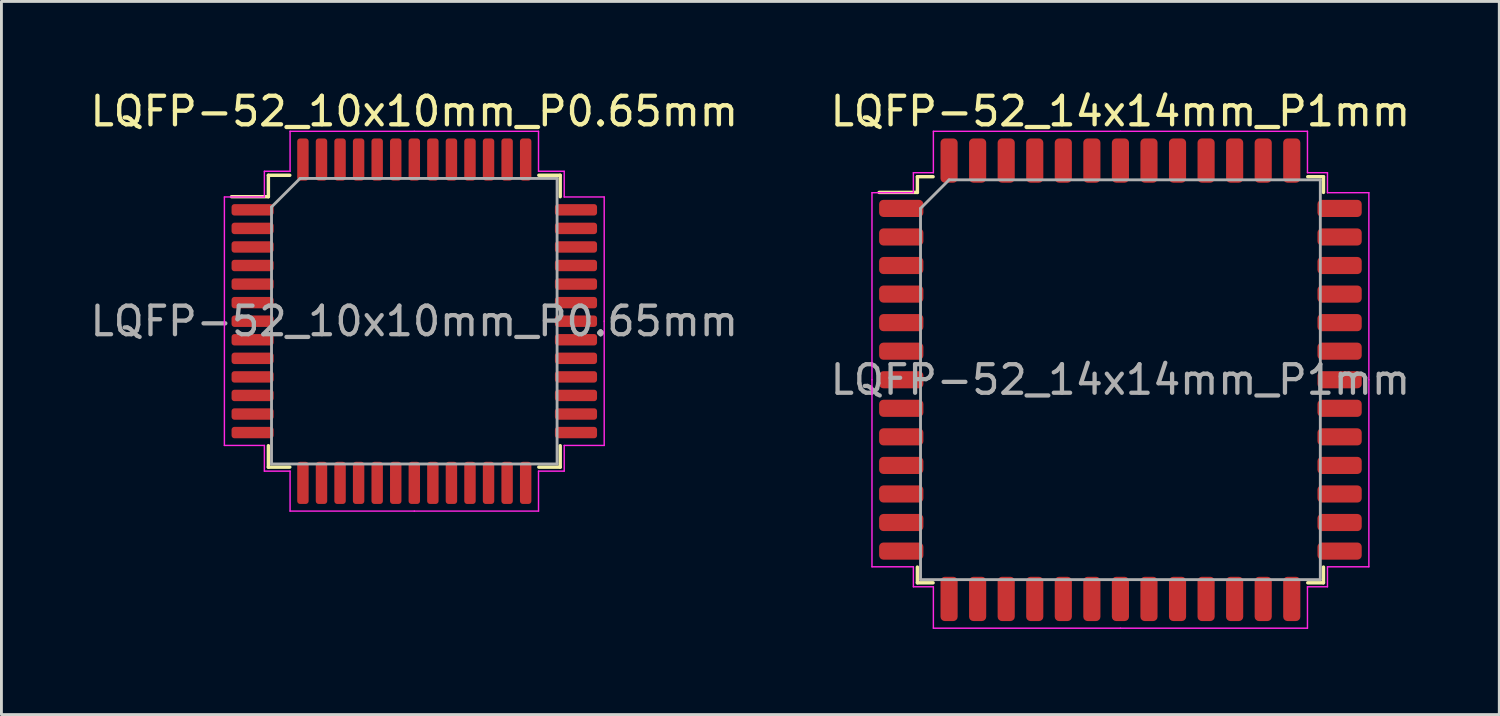
<source format=kicad_pcb>
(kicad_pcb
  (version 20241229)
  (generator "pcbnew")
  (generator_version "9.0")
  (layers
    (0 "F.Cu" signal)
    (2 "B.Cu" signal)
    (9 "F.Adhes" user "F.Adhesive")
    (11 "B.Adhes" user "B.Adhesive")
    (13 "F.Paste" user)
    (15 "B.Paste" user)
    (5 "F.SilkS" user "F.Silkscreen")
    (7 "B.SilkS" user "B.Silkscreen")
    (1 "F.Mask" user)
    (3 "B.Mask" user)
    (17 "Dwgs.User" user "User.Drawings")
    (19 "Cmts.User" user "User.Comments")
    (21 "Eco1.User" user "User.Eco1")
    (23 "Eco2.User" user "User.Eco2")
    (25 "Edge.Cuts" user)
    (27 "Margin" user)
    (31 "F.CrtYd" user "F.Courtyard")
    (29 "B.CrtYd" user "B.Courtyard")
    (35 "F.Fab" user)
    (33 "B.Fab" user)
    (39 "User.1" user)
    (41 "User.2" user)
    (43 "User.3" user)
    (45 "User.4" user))
  (footprint "LQFP-52_14x14mm_P1mm"
    (layer "F.Cu")
    (at 36.185 10.248)
    (property "Reference" "LQFP-52_14x14mm_P1mm" (at 0 -9.4 0) (layer "F.SilkS") (effects (font (size 1 1) (thickness 0.15))))
    (attr smd)
    (fp_line (start -7.11 -7.11) (end -7.11 -6.56) (stroke (width 0.12) (type solid)) (layer "F.SilkS"))
    (fp_line (start -7.11 -6.56) (end -8.45 -6.56) (stroke (width 0.12) (type solid)) (layer "F.SilkS"))
    (fp_line (start -7.11 7.11) (end -7.11 6.56) (stroke (width 0.12) (type solid)) (layer "F.SilkS"))
    (fp_line (start -6.56 -7.11) (end -7.11 -7.11) (stroke (width 0.12) (type solid)) (layer "F.SilkS"))
    (fp_line (start -6.56 7.11) (end -7.11 7.11) (stroke (width 0.12) (type solid)) (layer "F.SilkS"))
    (fp_line (start 6.56 -7.11) (end 7.11 -7.11) (stroke (width 0.12) (type solid)) (layer "F.SilkS"))
    (fp_line (start 6.56 7.11) (end 7.11 7.11) (stroke (width 0.12) (type solid)) (layer "F.SilkS"))
    (fp_line (start 7.11 -7.11) (end 7.11 -6.56) (stroke (width 0.12) (type solid)) (layer "F.SilkS"))
    (fp_line (start 7.11 7.11) (end 7.11 6.56) (stroke (width 0.12) (type solid)) (layer "F.SilkS"))
    (fp_line (start -8.7 -6.55) (end -8.7 0) (stroke (width 0.05) (type solid)) (layer "F.CrtYd"))
    (fp_line (start -8.7 6.55) (end -8.7 0) (stroke (width 0.05) (type solid)) (layer "F.CrtYd"))
    (fp_line (start -7.25 -7.25) (end -7.25 -6.55) (stroke (width 0.05) (type solid)) (layer "F.CrtYd"))
    (fp_line (start -7.25 -6.55) (end -8.7 -6.55) (stroke (width 0.05) (type solid)) (layer "F.CrtYd"))
    (fp_line (start -7.25 6.55) (end -8.7 6.55) (stroke (width 0.05) (type solid)) (layer "F.CrtYd"))
    (fp_line (start -7.25 7.25) (end -7.25 6.55) (stroke (width 0.05) (type solid)) (layer "F.CrtYd"))
    (fp_line (start -6.55 -8.7) (end -6.55 -7.25) (stroke (width 0.05) (type solid)) (layer "F.CrtYd"))
    (fp_line (start -6.55 -7.25) (end -7.25 -7.25) (stroke (width 0.05) (type solid)) (layer "F.CrtYd"))
    (fp_line (start -6.55 7.25) (end -7.25 7.25) (stroke (width 0.05) (type solid)) (layer "F.CrtYd"))
    (fp_line (start -6.55 8.7) (end -6.55 7.25) (stroke (width 0.05) (type solid)) (layer "F.CrtYd"))
    (fp_line (start 0 -8.7) (end -6.55 -8.7) (stroke (width 0.05) (type solid)) (layer "F.CrtYd"))
    (fp_line (start 0 -8.7) (end 6.55 -8.7) (stroke (width 0.05) (type solid)) (layer "F.CrtYd"))
    (fp_line (start 0 8.7) (end -6.55 8.7) (stroke (width 0.05) (type solid)) (layer "F.CrtYd"))
    (fp_line (start 0 8.7) (end 6.55 8.7) (stroke (width 0.05) (type solid)) (layer "F.CrtYd"))
    (fp_line (start 6.55 -8.7) (end 6.55 -7.25) (stroke (width 0.05) (type solid)) (layer "F.CrtYd"))
    (fp_line (start 6.55 -7.25) (end 7.25 -7.25) (stroke (width 0.05) (type solid)) (layer "F.CrtYd"))
    (fp_line (start 6.55 7.25) (end 7.25 7.25) (stroke (width 0.05) (type solid)) (layer "F.CrtYd"))
    (fp_line (start 6.55 8.7) (end 6.55 7.25) (stroke (width 0.05) (type solid)) (layer "F.CrtYd"))
    (fp_line (start 7.25 -7.25) (end 7.25 -6.55) (stroke (width 0.05) (type solid)) (layer "F.CrtYd"))
    (fp_line (start 7.25 -6.55) (end 8.7 -6.55) (stroke (width 0.05) (type solid)) (layer "F.CrtYd"))
    (fp_line (start 7.25 6.55) (end 8.7 6.55) (stroke (width 0.05) (type solid)) (layer "F.CrtYd"))
    (fp_line (start 7.25 7.25) (end 7.25 6.55) (stroke (width 0.05) (type solid)) (layer "F.CrtYd"))
    (fp_line (start 8.7 -6.55) (end 8.7 0) (stroke (width 0.05) (type solid)) (layer "F.CrtYd"))
    (fp_line (start 8.7 6.55) (end 8.7 0) (stroke (width 0.05) (type solid)) (layer "F.CrtYd"))
    (fp_line (start -7 -6) (end -6 -7) (stroke (width 0.1) (type solid)) (layer "F.Fab"))
    (fp_line (start -7 7) (end -7 -6) (stroke (width 0.1) (type solid)) (layer "F.Fab"))
    (fp_line (start -6 -7) (end 7 -7) (stroke (width 0.1) (type solid)) (layer "F.Fab"))
    (fp_line (start 7 -7) (end 7 7) (stroke (width 0.1) (type solid)) (layer "F.Fab"))
    (fp_line (start 7 7) (end -7 7) (stroke (width 0.1) (type solid)) (layer "F.Fab"))
    (fp_text user "${REFERENCE}" (at 0 0 0) (layer "F.Fab") (effects (font (size 1 1) (thickness 0.15))))
    (pad "1" smd roundrect (at -7.675 -6) (size 1.55 0.6) (layers "F.Cu" "F.Mask" "F.Paste") (roundrect_rratio 0.25))
    (pad "2" smd roundrect (at -7.675 -5) (size 1.55 0.6) (layers "F.Cu" "F.Mask" "F.Paste") (roundrect_rratio 0.25))
    (pad "3" smd roundrect (at -7.675 -4) (size 1.55 0.6) (layers "F.Cu" "F.Mask" "F.Paste") (roundrect_rratio 0.25))
    (pad "4" smd roundrect (at -7.675 -3) (size 1.55 0.6) (layers "F.Cu" "F.Mask" "F.Paste") (roundrect_rratio 0.25))
    (pad "5" smd roundrect (at -7.675 -2) (size 1.55 0.6) (layers "F.Cu" "F.Mask" "F.Paste") (roundrect_rratio 0.25))
    (pad "6" smd roundrect (at -7.675 -1) (size 1.55 0.6) (layers "F.Cu" "F.Mask" "F.Paste") (roundrect_rratio 0.25))
    (pad "7" smd roundrect (at -7.675 0) (size 1.55 0.6) (layers "F.Cu" "F.Mask" "F.Paste") (roundrect_rratio 0.25))
    (pad "8" smd roundrect (at -7.675 1) (size 1.55 0.6) (layers "F.Cu" "F.Mask" "F.Paste") (roundrect_rratio 0.25))
    (pad "9" smd roundrect (at -7.675 2) (size 1.55 0.6) (layers "F.Cu" "F.Mask" "F.Paste") (roundrect_rratio 0.25))
    (pad "10" smd roundrect (at -7.675 3) (size 1.55 0.6) (layers "F.Cu" "F.Mask" "F.Paste") (roundrect_rratio 0.25))
    (pad "11" smd roundrect (at -7.675 4) (size 1.55 0.6) (layers "F.Cu" "F.Mask" "F.Paste") (roundrect_rratio 0.25))
    (pad "12" smd roundrect (at -7.675 5) (size 1.55 0.6) (layers "F.Cu" "F.Mask" "F.Paste") (roundrect_rratio 0.25))
    (pad "13" smd roundrect (at -7.675 6) (size 1.55 0.6) (layers "F.Cu" "F.Mask" "F.Paste") (roundrect_rratio 0.25))
    (pad "14" smd roundrect (at -6 7.675) (size 0.6 1.55) (layers "F.Cu" "F.Mask" "F.Paste") (roundrect_rratio 0.25))
    (pad "15" smd roundrect (at -5 7.675) (size 0.6 1.55) (layers "F.Cu" "F.Mask" "F.Paste") (roundrect_rratio 0.25))
    (pad "16" smd roundrect (at -4 7.675) (size 0.6 1.55) (layers "F.Cu" "F.Mask" "F.Paste") (roundrect_rratio 0.25))
    (pad "17" smd roundrect (at -3 7.675) (size 0.6 1.55) (layers "F.Cu" "F.Mask" "F.Paste") (roundrect_rratio 0.25))
    (pad "18" smd roundrect (at -2 7.675) (size 0.6 1.55) (layers "F.Cu" "F.Mask" "F.Paste") (roundrect_rratio 0.25))
    (pad "19" smd roundrect (at -1 7.675) (size 0.6 1.55) (layers "F.Cu" "F.Mask" "F.Paste") (roundrect_rratio 0.25))
    (pad "20" smd roundrect (at 0 7.675) (size 0.6 1.55) (layers "F.Cu" "F.Mask" "F.Paste") (roundrect_rratio 0.25))
    (pad "21" smd roundrect (at 1 7.675) (size 0.6 1.55) (layers "F.Cu" "F.Mask" "F.Paste") (roundrect_rratio 0.25))
    (pad "22" smd roundrect (at 2 7.675) (size 0.6 1.55) (layers "F.Cu" "F.Mask" "F.Paste") (roundrect_rratio 0.25))
    (pad "23" smd roundrect (at 3 7.675) (size 0.6 1.55) (layers "F.Cu" "F.Mask" "F.Paste") (roundrect_rratio 0.25))
    (pad "24" smd roundrect (at 4 7.675) (size 0.6 1.55) (layers "F.Cu" "F.Mask" "F.Paste") (roundrect_rratio 0.25))
    (pad "25" smd roundrect (at 5 7.675) (size 0.6 1.55) (layers "F.Cu" "F.Mask" "F.Paste") (roundrect_rratio 0.25))
    (pad "26" smd roundrect (at 6 7.675) (size 0.6 1.55) (layers "F.Cu" "F.Mask" "F.Paste") (roundrect_rratio 0.25))
    (pad "27" smd roundrect (at 7.675 6) (size 1.55 0.6) (layers "F.Cu" "F.Mask" "F.Paste") (roundrect_rratio 0.25))
    (pad "28" smd roundrect (at 7.675 5) (size 1.55 0.6) (layers "F.Cu" "F.Mask" "F.Paste") (roundrect_rratio 0.25))
    (pad "29" smd roundrect (at 7.675 4) (size 1.55 0.6) (layers "F.Cu" "F.Mask" "F.Paste") (roundrect_rratio 0.25))
    (pad "30" smd roundrect (at 7.675 3) (size 1.55 0.6) (layers "F.Cu" "F.Mask" "F.Paste") (roundrect_rratio 0.25))
    (pad "31" smd roundrect (at 7.675 2) (size 1.55 0.6) (layers "F.Cu" "F.Mask" "F.Paste") (roundrect_rratio 0.25))
    (pad "32" smd roundrect (at 7.675 1) (size 1.55 0.6) (layers "F.Cu" "F.Mask" "F.Paste") (roundrect_rratio 0.25))
    (pad "33" smd roundrect (at 7.675 0) (size 1.55 0.6) (layers "F.Cu" "F.Mask" "F.Paste") (roundrect_rratio 0.25))
    (pad "34" smd roundrect (at 7.675 -1) (size 1.55 0.6) (layers "F.Cu" "F.Mask" "F.Paste") (roundrect_rratio 0.25))
    (pad "35" smd roundrect (at 7.675 -2) (size 1.55 0.6) (layers "F.Cu" "F.Mask" "F.Paste") (roundrect_rratio 0.25))
    (pad "36" smd roundrect (at 7.675 -3) (size 1.55 0.6) (layers "F.Cu" "F.Mask" "F.Paste") (roundrect_rratio 0.25))
    (pad "37" smd roundrect (at 7.675 -4) (size 1.55 0.6) (layers "F.Cu" "F.Mask" "F.Paste") (roundrect_rratio 0.25))
    (pad "38" smd roundrect (at 7.675 -5) (size 1.55 0.6) (layers "F.Cu" "F.Mask" "F.Paste") (roundrect_rratio 0.25))
    (pad "39" smd roundrect (at 7.675 -6) (size 1.55 0.6) (layers "F.Cu" "F.Mask" "F.Paste") (roundrect_rratio 0.25))
    (pad "40" smd roundrect (at 6 -7.675) (size 0.6 1.55) (layers "F.Cu" "F.Mask" "F.Paste") (roundrect_rratio 0.25))
    (pad "41" smd roundrect (at 5 -7.675) (size 0.6 1.55) (layers "F.Cu" "F.Mask" "F.Paste") (roundrect_rratio 0.25))
    (pad "42" smd roundrect (at 4 -7.675) (size 0.6 1.55) (layers "F.Cu" "F.Mask" "F.Paste") (roundrect_rratio 0.25))
    (pad "43" smd roundrect (at 3 -7.675) (size 0.6 1.55) (layers "F.Cu" "F.Mask" "F.Paste") (roundrect_rratio 0.25))
    (pad "44" smd roundrect (at 2 -7.675) (size 0.6 1.55) (layers "F.Cu" "F.Mask" "F.Paste") (roundrect_rratio 0.25))
    (pad "45" smd roundrect (at 1 -7.675) (size 0.6 1.55) (layers "F.Cu" "F.Mask" "F.Paste") (roundrect_rratio 0.25))
    (pad "46" smd roundrect (at 0 -7.675) (size 0.6 1.55) (layers "F.Cu" "F.Mask" "F.Paste") (roundrect_rratio 0.25))
    (pad "47" smd roundrect (at -1 -7.675) (size 0.6 1.55) (layers "F.Cu" "F.Mask" "F.Paste") (roundrect_rratio 0.25))
    (pad "48" smd roundrect (at -2 -7.675) (size 0.6 1.55) (layers "F.Cu" "F.Mask" "F.Paste") (roundrect_rratio 0.25))
    (pad "49" smd roundrect (at -3 -7.675) (size 0.6 1.55) (layers "F.Cu" "F.Mask" "F.Paste") (roundrect_rratio 0.25))
    (pad "50" smd roundrect (at -4 -7.675) (size 0.6 1.55) (layers "F.Cu" "F.Mask" "F.Paste") (roundrect_rratio 0.25))
    (pad "51" smd roundrect (at -5 -7.675) (size 0.6 1.55) (layers "F.Cu" "F.Mask" "F.Paste") (roundrect_rratio 0.25))
    (pad "52" smd roundrect (at -6 -7.675) (size 0.6 1.55) (layers "F.Cu" "F.Mask" "F.Paste") (roundrect_rratio 0.25)))
  (footprint "LQFP-52_10x10mm_P0.65mm"
    (layer "F.Cu")
    (at 11.458 8.198)
    (property "Reference" "LQFP-52_10x10mm_P0.65mm" (at 0 -7.35 0) (layer "F.SilkS") (effects (font (size 1 1) (thickness 0.15))))
    (attr smd)
    (fp_line (start -5.11 -5.11) (end -5.11 -4.36) (stroke (width 0.12) (type solid)) (layer "F.SilkS"))
    (fp_line (start -5.11 -4.36) (end -6.4 -4.36) (stroke (width 0.12) (type solid)) (layer "F.SilkS"))
    (fp_line (start -5.11 5.11) (end -5.11 4.36) (stroke (width 0.12) (type solid)) (layer "F.SilkS"))
    (fp_line (start -4.36 -5.11) (end -5.11 -5.11) (stroke (width 0.12) (type solid)) (layer "F.SilkS"))
    (fp_line (start -4.36 5.11) (end -5.11 5.11) (stroke (width 0.12) (type solid)) (layer "F.SilkS"))
    (fp_line (start 4.36 -5.11) (end 5.11 -5.11) (stroke (width 0.12) (type solid)) (layer "F.SilkS"))
    (fp_line (start 4.36 5.11) (end 5.11 5.11) (stroke (width 0.12) (type solid)) (layer "F.SilkS"))
    (fp_line (start 5.11 -5.11) (end 5.11 -4.36) (stroke (width 0.12) (type solid)) (layer "F.SilkS"))
    (fp_line (start 5.11 5.11) (end 5.11 4.36) (stroke (width 0.12) (type solid)) (layer "F.SilkS"))
    (fp_line (start -6.65 -4.35) (end -6.65 0) (stroke (width 0.05) (type solid)) (layer "F.CrtYd"))
    (fp_line (start -6.65 4.35) (end -6.65 0) (stroke (width 0.05) (type solid)) (layer "F.CrtYd"))
    (fp_line (start -5.25 -5.25) (end -5.25 -4.35) (stroke (width 0.05) (type solid)) (layer "F.CrtYd"))
    (fp_line (start -5.25 -4.35) (end -6.65 -4.35) (stroke (width 0.05) (type solid)) (layer "F.CrtYd"))
    (fp_line (start -5.25 4.35) (end -6.65 4.35) (stroke (width 0.05) (type solid)) (layer "F.CrtYd"))
    (fp_line (start -5.25 5.25) (end -5.25 4.35) (stroke (width 0.05) (type solid)) (layer "F.CrtYd"))
    (fp_line (start -4.35 -6.65) (end -4.35 -5.25) (stroke (width 0.05) (type solid)) (layer "F.CrtYd"))
    (fp_line (start -4.35 -5.25) (end -5.25 -5.25) (stroke (width 0.05) (type solid)) (layer "F.CrtYd"))
    (fp_line (start -4.35 5.25) (end -5.25 5.25) (stroke (width 0.05) (type solid)) (layer "F.CrtYd"))
    (fp_line (start -4.35 6.65) (end -4.35 5.25) (stroke (width 0.05) (type solid)) (layer "F.CrtYd"))
    (fp_line (start 0 -6.65) (end -4.35 -6.65) (stroke (width 0.05) (type solid)) (layer "F.CrtYd"))
    (fp_line (start 0 -6.65) (end 4.35 -6.65) (stroke (width 0.05) (type solid)) (layer "F.CrtYd"))
    (fp_line (start 0 6.65) (end -4.35 6.65) (stroke (width 0.05) (type solid)) (layer "F.CrtYd"))
    (fp_line (start 0 6.65) (end 4.35 6.65) (stroke (width 0.05) (type solid)) (layer "F.CrtYd"))
    (fp_line (start 4.35 -6.65) (end 4.35 -5.25) (stroke (width 0.05) (type solid)) (layer "F.CrtYd"))
    (fp_line (start 4.35 -5.25) (end 5.25 -5.25) (stroke (width 0.05) (type solid)) (layer "F.CrtYd"))
    (fp_line (start 4.35 5.25) (end 5.25 5.25) (stroke (width 0.05) (type solid)) (layer "F.CrtYd"))
    (fp_line (start 4.35 6.65) (end 4.35 5.25) (stroke (width 0.05) (type solid)) (layer "F.CrtYd"))
    (fp_line (start 5.25 -5.25) (end 5.25 -4.35) (stroke (width 0.05) (type solid)) (layer "F.CrtYd"))
    (fp_line (start 5.25 -4.35) (end 6.65 -4.35) (stroke (width 0.05) (type solid)) (layer "F.CrtYd"))
    (fp_line (start 5.25 4.35) (end 6.65 4.35) (stroke (width 0.05) (type solid)) (layer "F.CrtYd"))
    (fp_line (start 5.25 5.25) (end 5.25 4.35) (stroke (width 0.05) (type solid)) (layer "F.CrtYd"))
    (fp_line (start 6.65 -4.35) (end 6.65 0) (stroke (width 0.05) (type solid)) (layer "F.CrtYd"))
    (fp_line (start 6.65 4.35) (end 6.65 0) (stroke (width 0.05) (type solid)) (layer "F.CrtYd"))
    (fp_line (start -5 -4) (end -4 -5) (stroke (width 0.1) (type solid)) (layer "F.Fab"))
    (fp_line (start -5 5) (end -5 -4) (stroke (width 0.1) (type solid)) (layer "F.Fab"))
    (fp_line (start -4 -5) (end 5 -5) (stroke (width 0.1) (type solid)) (layer "F.Fab"))
    (fp_line (start 5 -5) (end 5 5) (stroke (width 0.1) (type solid)) (layer "F.Fab"))
    (fp_line (start 5 5) (end -5 5) (stroke (width 0.1) (type solid)) (layer "F.Fab"))
    (fp_text user "${REFERENCE}" (at 0 0 0) (layer "F.Fab") (effects (font (size 1 1) (thickness 0.15))))
    (pad "1" smd roundrect (at -5.662 -3.9) (size 1.475 0.4) (layers "F.Cu" "F.Mask" "F.Paste") (roundrect_rratio 0.25))
    (pad "2" smd roundrect (at -5.662 -3.25) (size 1.475 0.4) (layers "F.Cu" "F.Mask" "F.Paste") (roundrect_rratio 0.25))
    (pad "3" smd roundrect (at -5.662 -2.6) (size 1.475 0.4) (layers "F.Cu" "F.Mask" "F.Paste") (roundrect_rratio 0.25))
    (pad "4" smd roundrect (at -5.662 -1.95) (size 1.475 0.4) (layers "F.Cu" "F.Mask" "F.Paste") (roundrect_rratio 0.25))
    (pad "5" smd roundrect (at -5.662 -1.3) (size 1.475 0.4) (layers "F.Cu" "F.Mask" "F.Paste") (roundrect_rratio 0.25))
    (pad "6" smd roundrect (at -5.662 -0.65) (size 1.475 0.4) (layers "F.Cu" "F.Mask" "F.Paste") (roundrect_rratio 0.25))
    (pad "7" smd roundrect (at -5.662 0) (size 1.475 0.4) (layers "F.Cu" "F.Mask" "F.Paste") (roundrect_rratio 0.25))
    (pad "8" smd roundrect (at -5.662 0.65) (size 1.475 0.4) (layers "F.Cu" "F.Mask" "F.Paste") (roundrect_rratio 0.25))
    (pad "9" smd roundrect (at -5.662 1.3) (size 1.475 0.4) (layers "F.Cu" "F.Mask" "F.Paste") (roundrect_rratio 0.25))
    (pad "10" smd roundrect (at -5.662 1.95) (size 1.475 0.4) (layers "F.Cu" "F.Mask" "F.Paste") (roundrect_rratio 0.25))
    (pad "11" smd roundrect (at -5.662 2.6) (size 1.475 0.4) (layers "F.Cu" "F.Mask" "F.Paste") (roundrect_rratio 0.25))
    (pad "12" smd roundrect (at -5.662 3.25) (size 1.475 0.4) (layers "F.Cu" "F.Mask" "F.Paste") (roundrect_rratio 0.25))
    (pad "13" smd roundrect (at -5.662 3.9) (size 1.475 0.4) (layers "F.Cu" "F.Mask" "F.Paste") (roundrect_rratio 0.25))
    (pad "14" smd roundrect (at -3.9 5.662) (size 0.4 1.475) (layers "F.Cu" "F.Mask" "F.Paste") (roundrect_rratio 0.25))
    (pad "15" smd roundrect (at -3.25 5.662) (size 0.4 1.475) (layers "F.Cu" "F.Mask" "F.Paste") (roundrect_rratio 0.25))
    (pad "16" smd roundrect (at -2.6 5.662) (size 0.4 1.475) (layers "F.Cu" "F.Mask" "F.Paste") (roundrect_rratio 0.25))
    (pad "17" smd roundrect (at -1.95 5.662) (size 0.4 1.475) (layers "F.Cu" "F.Mask" "F.Paste") (roundrect_rratio 0.25))
    (pad "18" smd roundrect (at -1.3 5.662) (size 0.4 1.475) (layers "F.Cu" "F.Mask" "F.Paste") (roundrect_rratio 0.25))
    (pad "19" smd roundrect (at -0.65 5.662) (size 0.4 1.475) (layers "F.Cu" "F.Mask" "F.Paste") (roundrect_rratio 0.25))
    (pad "20" smd roundrect (at 0 5.662) (size 0.4 1.475) (layers "F.Cu" "F.Mask" "F.Paste") (roundrect_rratio 0.25))
    (pad "21" smd roundrect (at 0.65 5.662) (size 0.4 1.475) (layers "F.Cu" "F.Mask" "F.Paste") (roundrect_rratio 0.25))
    (pad "22" smd roundrect (at 1.3 5.662) (size 0.4 1.475) (layers "F.Cu" "F.Mask" "F.Paste") (roundrect_rratio 0.25))
    (pad "23" smd roundrect (at 1.95 5.662) (size 0.4 1.475) (layers "F.Cu" "F.Mask" "F.Paste") (roundrect_rratio 0.25))
    (pad "24" smd roundrect (at 2.6 5.662) (size 0.4 1.475) (layers "F.Cu" "F.Mask" "F.Paste") (roundrect_rratio 0.25))
    (pad "25" smd roundrect (at 3.25 5.662) (size 0.4 1.475) (layers "F.Cu" "F.Mask" "F.Paste") (roundrect_rratio 0.25))
    (pad "26" smd roundrect (at 3.9 5.662) (size 0.4 1.475) (layers "F.Cu" "F.Mask" "F.Paste") (roundrect_rratio 0.25))
    (pad "27" smd roundrect (at 5.662 3.9) (size 1.475 0.4) (layers "F.Cu" "F.Mask" "F.Paste") (roundrect_rratio 0.25))
    (pad "28" smd roundrect (at 5.662 3.25) (size 1.475 0.4) (layers "F.Cu" "F.Mask" "F.Paste") (roundrect_rratio 0.25))
    (pad "29" smd roundrect (at 5.662 2.6) (size 1.475 0.4) (layers "F.Cu" "F.Mask" "F.Paste") (roundrect_rratio 0.25))
    (pad "30" smd roundrect (at 5.662 1.95) (size 1.475 0.4) (layers "F.Cu" "F.Mask" "F.Paste") (roundrect_rratio 0.25))
    (pad "31" smd roundrect (at 5.662 1.3) (size 1.475 0.4) (layers "F.Cu" "F.Mask" "F.Paste") (roundrect_rratio 0.25))
    (pad "32" smd roundrect (at 5.662 0.65) (size 1.475 0.4) (layers "F.Cu" "F.Mask" "F.Paste") (roundrect_rratio 0.25))
    (pad "33" smd roundrect (at 5.662 0) (size 1.475 0.4) (layers "F.Cu" "F.Mask" "F.Paste") (roundrect_rratio 0.25))
    (pad "34" smd roundrect (at 5.662 -0.65) (size 1.475 0.4) (layers "F.Cu" "F.Mask" "F.Paste") (roundrect_rratio 0.25))
    (pad "35" smd roundrect (at 5.662 -1.3) (size 1.475 0.4) (layers "F.Cu" "F.Mask" "F.Paste") (roundrect_rratio 0.25))
    (pad "36" smd roundrect (at 5.662 -1.95) (size 1.475 0.4) (layers "F.Cu" "F.Mask" "F.Paste") (roundrect_rratio 0.25))
    (pad "37" smd roundrect (at 5.662 -2.6) (size 1.475 0.4) (layers "F.Cu" "F.Mask" "F.Paste") (roundrect_rratio 0.25))
    (pad "38" smd roundrect (at 5.662 -3.25) (size 1.475 0.4) (layers "F.Cu" "F.Mask" "F.Paste") (roundrect_rratio 0.25))
    (pad "39" smd roundrect (at 5.662 -3.9) (size 1.475 0.4) (layers "F.Cu" "F.Mask" "F.Paste") (roundrect_rratio 0.25))
    (pad "40" smd roundrect (at 3.9 -5.662) (size 0.4 1.475) (layers "F.Cu" "F.Mask" "F.Paste") (roundrect_rratio 0.25))
    (pad "41" smd roundrect (at 3.25 -5.662) (size 0.4 1.475) (layers "F.Cu" "F.Mask" "F.Paste") (roundrect_rratio 0.25))
    (pad "42" smd roundrect (at 2.6 -5.662) (size 0.4 1.475) (layers "F.Cu" "F.Mask" "F.Paste") (roundrect_rratio 0.25))
    (pad "43" smd roundrect (at 1.95 -5.662) (size 0.4 1.475) (layers "F.Cu" "F.Mask" "F.Paste") (roundrect_rratio 0.25))
    (pad "44" smd roundrect (at 1.3 -5.662) (size 0.4 1.475) (layers "F.Cu" "F.Mask" "F.Paste") (roundrect_rratio 0.25))
    (pad "45" smd roundrect (at 0.65 -5.662) (size 0.4 1.475) (layers "F.Cu" "F.Mask" "F.Paste") (roundrect_rratio 0.25))
    (pad "46" smd roundrect (at 0 -5.662) (size 0.4 1.475) (layers "F.Cu" "F.Mask" "F.Paste") (roundrect_rratio 0.25))
    (pad "47" smd roundrect (at -0.65 -5.662) (size 0.4 1.475) (layers "F.Cu" "F.Mask" "F.Paste") (roundrect_rratio 0.25))
    (pad "48" smd roundrect (at -1.3 -5.662) (size 0.4 1.475) (layers "F.Cu" "F.Mask" "F.Paste") (roundrect_rratio 0.25))
    (pad "49" smd roundrect (at -1.95 -5.662) (size 0.4 1.475) (layers "F.Cu" "F.Mask" "F.Paste") (roundrect_rratio 0.25))
    (pad "50" smd roundrect (at -2.6 -5.662) (size 0.4 1.475) (layers "F.Cu" "F.Mask" "F.Paste") (roundrect_rratio 0.25))
    (pad "51" smd roundrect (at -3.25 -5.662) (size 0.4 1.475) (layers "F.Cu" "F.Mask" "F.Paste") (roundrect_rratio 0.25))
    (pad "52" smd roundrect (at -3.9 -5.662) (size 0.4 1.475) (layers "F.Cu" "F.Mask" "F.Paste") (roundrect_rratio 0.25)))
  (gr_rect
    (start -3 -3)
    (end 49.452 21.973)
    (stroke (width 0.1) (type default))
    (fill no)
    (layer "Edge.Cuts")))
</source>
